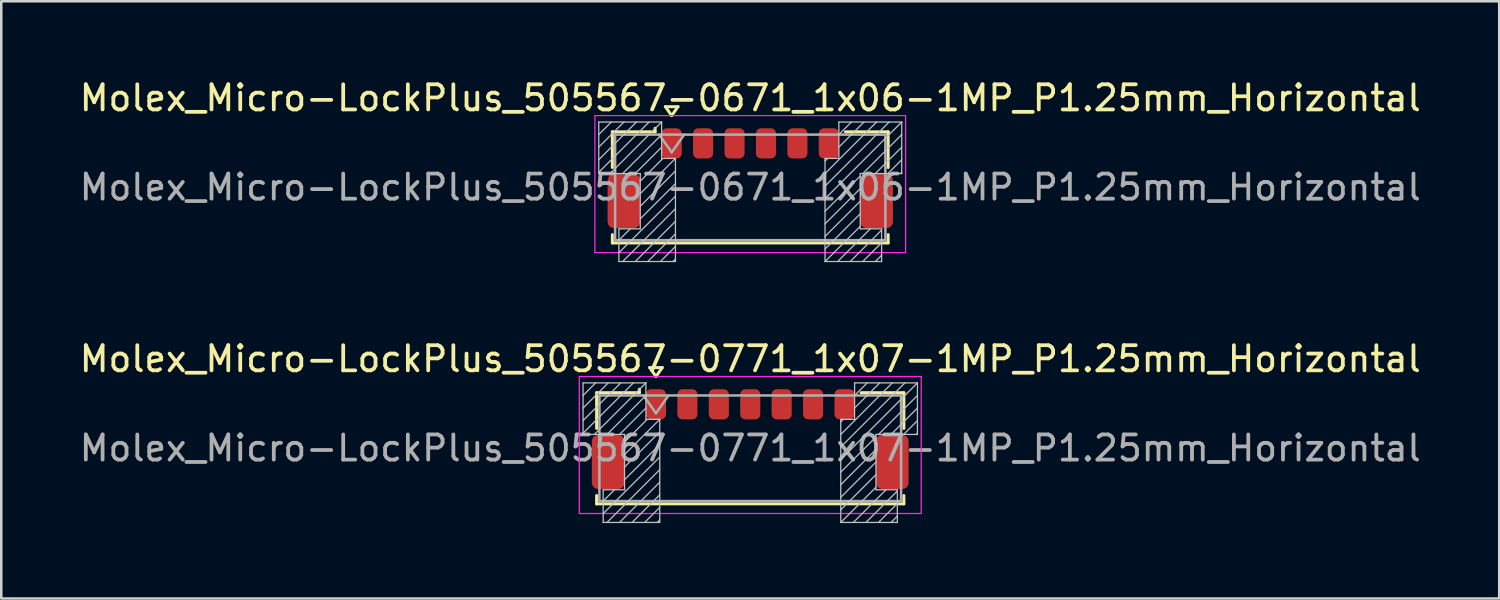
<source format=kicad_pcb>
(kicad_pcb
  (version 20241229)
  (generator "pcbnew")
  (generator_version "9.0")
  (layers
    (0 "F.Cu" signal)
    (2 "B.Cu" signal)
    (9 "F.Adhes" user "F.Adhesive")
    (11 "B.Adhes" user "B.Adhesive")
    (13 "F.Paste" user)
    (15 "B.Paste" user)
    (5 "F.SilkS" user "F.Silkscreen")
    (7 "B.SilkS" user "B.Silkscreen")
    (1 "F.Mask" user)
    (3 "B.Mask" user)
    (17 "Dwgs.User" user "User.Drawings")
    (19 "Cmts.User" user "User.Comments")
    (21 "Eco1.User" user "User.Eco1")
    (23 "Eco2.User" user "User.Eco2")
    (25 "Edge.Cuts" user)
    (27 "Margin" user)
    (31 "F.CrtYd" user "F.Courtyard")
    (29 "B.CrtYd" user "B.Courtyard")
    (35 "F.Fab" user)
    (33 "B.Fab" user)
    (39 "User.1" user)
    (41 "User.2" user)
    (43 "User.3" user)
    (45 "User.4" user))
  (footprint "Molex_Micro-LockPlus_505567-0771_1x07-1MP_P1.25mm_Horizontal"
    (layer "F.Cu")
    (at 26.792 14.416)
    (property "Reference" "Molex_Micro-LockPlus_505567-0771_1x07-1MP_P1.25mm_Horizontal" (at 0 -3.19 0) (layer "F.SilkS") (effects (font (size 1 1) (thickness 0.15))))
    (attr smd)
    (fp_line (start -6.11 -1.845) (end -4.41 -1.845) (stroke (width 0.12) (type solid)) (layer "F.SilkS"))
    (fp_line (start -6.11 -0.425) (end -6.11 -1.845) (stroke (width 0.12) (type solid)) (layer "F.SilkS"))
    (fp_line (start -6.11 2.245) (end -6.11 2.575) (stroke (width 0.12) (type solid)) (layer "F.SilkS"))
    (fp_line (start -6.11 2.575) (end 6.11 2.575) (stroke (width 0.12) (type solid)) (layer "F.SilkS"))
    (fp_line (start -4.41 -1.845) (end -4.41 -1.985) (stroke (width 0.12) (type solid)) (layer "F.SilkS"))
    (fp_line (start -4 -2.844) (end -3.75 -2.49) (stroke (width 0.12) (type solid)) (layer "F.SilkS"))
    (fp_line (start -3.75 -2.49) (end -3.5 -2.844) (stroke (width 0.12) (type solid)) (layer "F.SilkS"))
    (fp_line (start -3.5 -2.844) (end -4 -2.844) (stroke (width 0.12) (type solid)) (layer "F.SilkS"))
    (fp_line (start 6.11 -1.845) (end 4.41 -1.845) (stroke (width 0.12) (type solid)) (layer "F.SilkS"))
    (fp_line (start 6.11 -0.425) (end 6.11 -1.845) (stroke (width 0.12) (type solid)) (layer "F.SilkS"))
    (fp_line (start 6.11 2.575) (end 6.11 2.245) (stroke (width 0.12) (type solid)) (layer "F.SilkS"))
    (fp_line (start -6.65 -2.235) (end -4.15 -2.235) (stroke (width 0.05) (type solid)) (layer "Dwgs.User"))
    (fp_line (start -6.65 -0.185) (end -6.65 -2.235) (stroke (width 0.05) (type solid)) (layer "Dwgs.User"))
    (fp_line (start -6.15 -2.235) (end -6.65 -1.735) (stroke (width 0.05) (type solid)) (layer "Dwgs.User"))
    (fp_line (start -5.85 2.015) (end -5 2.015) (stroke (width 0.05) (type solid)) (layer "Dwgs.User"))
    (fp_line (start -5.85 3.315) (end -5.85 2.015) (stroke (width 0.05) (type solid)) (layer "Dwgs.User"))
    (fp_line (start -5.65 -2.235) (end -6.65 -1.235) (stroke (width 0.05) (type solid)) (layer "Dwgs.User"))
    (fp_line (start -5.4 2.015) (end -5.85 2.465) (stroke (width 0.05) (type solid)) (layer "Dwgs.User"))
    (fp_line (start -5.15 -2.235) (end -6.65 -0.735) (stroke (width 0.05) (type solid)) (layer "Dwgs.User"))
    (fp_line (start -5 -0.185) (end -6.65 -0.185) (stroke (width 0.05) (type solid)) (layer "Dwgs.User"))
    (fp_line (start -5 2.015) (end -5 -0.185) (stroke (width 0.05) (type solid)) (layer "Dwgs.User"))
    (fp_line (start -4.65 -2.235) (end -6.65 -0.235) (stroke (width 0.05) (type solid)) (layer "Dwgs.User"))
    (fp_line (start -4.15 -2.235) (end -6.2 -0.185) (stroke (width 0.05) (type solid)) (layer "Dwgs.User"))
    (fp_line (start -4.15 -2.235) (end -4.15 -0.785) (stroke (width 0.05) (type solid)) (layer "Dwgs.User"))
    (fp_line (start -4.15 -1.735) (end -5.7 -0.185) (stroke (width 0.05) (type solid)) (layer "Dwgs.User"))
    (fp_line (start -4.15 -1.235) (end -5.2 -0.185) (stroke (width 0.05) (type solid)) (layer "Dwgs.User"))
    (fp_line (start -4.15 -0.785) (end -3.6 -0.785) (stroke (width 0.05) (type solid)) (layer "Dwgs.User"))
    (fp_line (start -4.1 -0.785) (end -5 0.115) (stroke (width 0.05) (type solid)) (layer "Dwgs.User"))
    (fp_line (start -3.6 -0.785) (end -5 0.615) (stroke (width 0.05) (type solid)) (layer "Dwgs.User"))
    (fp_line (start -3.6 -0.785) (end -3.6 3.315) (stroke (width 0.05) (type solid)) (layer "Dwgs.User"))
    (fp_line (start -3.6 -0.285) (end -5 1.115) (stroke (width 0.05) (type solid)) (layer "Dwgs.User"))
    (fp_line (start -3.6 0.215) (end -5 1.615) (stroke (width 0.05) (type solid)) (layer "Dwgs.User"))
    (fp_line (start -3.6 0.715) (end -5.85 2.965) (stroke (width 0.05) (type solid)) (layer "Dwgs.User"))
    (fp_line (start -3.6 1.215) (end -5.7 3.315) (stroke (width 0.05) (type solid)) (layer "Dwgs.User"))
    (fp_line (start -3.6 1.715) (end -5.2 3.315) (stroke (width 0.05) (type solid)) (layer "Dwgs.User"))
    (fp_line (start -3.6 2.215) (end -4.7 3.315) (stroke (width 0.05) (type solid)) (layer "Dwgs.User"))
    (fp_line (start -3.6 2.715) (end -4.2 3.315) (stroke (width 0.05) (type solid)) (layer "Dwgs.User"))
    (fp_line (start -3.6 3.215) (end -3.7 3.315) (stroke (width 0.05) (type solid)) (layer "Dwgs.User"))
    (fp_line (start -3.6 3.315) (end -5.85 3.315) (stroke (width 0.05) (type solid)) (layer "Dwgs.User"))
    (fp_line (start 3.6 -0.785) (end 3.6 3.315) (stroke (width 0.05) (type solid)) (layer "Dwgs.User"))
    (fp_line (start 3.6 3.315) (end 5.85 3.315) (stroke (width 0.05) (type solid)) (layer "Dwgs.User"))
    (fp_line (start 3.7 -0.785) (end 3.6 -0.685) (stroke (width 0.05) (type solid)) (layer "Dwgs.User"))
    (fp_line (start 4.15 -2.235) (end 4.15 -0.785) (stroke (width 0.05) (type solid)) (layer "Dwgs.User"))
    (fp_line (start 4.15 -0.785) (end 3.6 -0.785) (stroke (width 0.05) (type solid)) (layer "Dwgs.User"))
    (fp_line (start 4.65 -2.235) (end 4.15 -1.735) (stroke (width 0.05) (type solid)) (layer "Dwgs.User"))
    (fp_line (start 5 -0.185) (end 6.65 -0.185) (stroke (width 0.05) (type solid)) (layer "Dwgs.User"))
    (fp_line (start 5 -0.085) (end 3.6 1.315) (stroke (width 0.05) (type solid)) (layer "Dwgs.User"))
    (fp_line (start 5 0.415) (end 3.6 1.815) (stroke (width 0.05) (type solid)) (layer "Dwgs.User"))
    (fp_line (start 5 0.915) (end 3.6 2.315) (stroke (width 0.05) (type solid)) (layer "Dwgs.User"))
    (fp_line (start 5 1.415) (end 3.6 2.815) (stroke (width 0.05) (type solid)) (layer "Dwgs.User"))
    (fp_line (start 5 1.915) (end 3.6 3.315) (stroke (width 0.05) (type solid)) (layer "Dwgs.User"))
    (fp_line (start 5 2.015) (end 5 -0.185) (stroke (width 0.05) (type solid)) (layer "Dwgs.User"))
    (fp_line (start 5.15 -2.235) (end 4.15 -1.235) (stroke (width 0.05) (type solid)) (layer "Dwgs.User"))
    (fp_line (start 5.4 2.015) (end 4.1 3.315) (stroke (width 0.05) (type solid)) (layer "Dwgs.User"))
    (fp_line (start 5.65 -2.235) (end 3.6 -0.185) (stroke (width 0.05) (type solid)) (layer "Dwgs.User"))
    (fp_line (start 5.85 2.015) (end 5 2.015) (stroke (width 0.05) (type solid)) (layer "Dwgs.User"))
    (fp_line (start 5.85 2.065) (end 4.6 3.315) (stroke (width 0.05) (type solid)) (layer "Dwgs.User"))
    (fp_line (start 5.85 2.565) (end 5.1 3.315) (stroke (width 0.05) (type solid)) (layer "Dwgs.User"))
    (fp_line (start 5.85 3.065) (end 5.6 3.315) (stroke (width 0.05) (type solid)) (layer "Dwgs.User"))
    (fp_line (start 5.85 3.315) (end 5.85 2.015) (stroke (width 0.05) (type solid)) (layer "Dwgs.User"))
    (fp_line (start 6.15 -2.235) (end 3.6 0.315) (stroke (width 0.05) (type solid)) (layer "Dwgs.User"))
    (fp_line (start 6.65 -2.235) (end 3.6 0.815) (stroke (width 0.05) (type solid)) (layer "Dwgs.User"))
    (fp_line (start 6.65 -2.235) (end 4.15 -2.235) (stroke (width 0.05) (type solid)) (layer "Dwgs.User"))
    (fp_line (start 6.65 -1.735) (end 5.1 -0.185) (stroke (width 0.05) (type solid)) (layer "Dwgs.User"))
    (fp_line (start 6.65 -1.235) (end 5.6 -0.185) (stroke (width 0.05) (type solid)) (layer "Dwgs.User"))
    (fp_line (start 6.65 -0.735) (end 6.1 -0.185) (stroke (width 0.05) (type solid)) (layer "Dwgs.User"))
    (fp_line (start 6.65 -0.235) (end 6.6 -0.185) (stroke (width 0.05) (type solid)) (layer "Dwgs.User"))
    (fp_line (start 6.65 -0.185) (end 6.65 -2.235) (stroke (width 0.05) (type solid)) (layer "Dwgs.User"))
    (fp_line (start -6.8 -2.49) (end -6.8 2.96) (stroke (width 0.05) (type solid)) (layer "F.CrtYd"))
    (fp_line (start -6.8 2.96) (end 6.8 2.96) (stroke (width 0.05) (type solid)) (layer "F.CrtYd"))
    (fp_line (start 6.8 -2.49) (end -6.8 -2.49) (stroke (width 0.05) (type solid)) (layer "F.CrtYd"))
    (fp_line (start 6.8 2.96) (end 6.8 -2.49) (stroke (width 0.05) (type solid)) (layer "F.CrtYd"))
    (fp_line (start -6 -1.735) (end -6 2.465) (stroke (width 0.1) (type solid)) (layer "F.Fab"))
    (fp_line (start -6 -1.735) (end 6 -1.735) (stroke (width 0.1) (type solid)) (layer "F.Fab"))
    (fp_line (start -6 2.465) (end 6 2.465) (stroke (width 0.1) (type solid)) (layer "F.Fab"))
    (fp_line (start -4.25 -1.735) (end -3.75 -1.028) (stroke (width 0.1) (type solid)) (layer "F.Fab"))
    (fp_line (start -3.75 -1.028) (end -3.25 -1.735) (stroke (width 0.1) (type solid)) (layer "F.Fab"))
    (fp_line (start 6 -1.735) (end 6 2.465) (stroke (width 0.1) (type solid)) (layer "F.Fab"))
    (fp_text user "${REFERENCE}" (at 0 0.36 0) (layer "F.Fab") (effects (font (size 1 1) (thickness 0.15))))
    (pad "1" smd roundrect (at -3.75 -1.385) (size 0.8 1.2) (layers "F.Cu" "F.Mask" "F.Paste") (roundrect_rratio 0.25))
    (pad "2" smd roundrect (at -2.5 -1.385) (size 0.8 1.2) (layers "F.Cu" "F.Mask" "F.Paste") (roundrect_rratio 0.25))
    (pad "3" smd roundrect (at -1.25 -1.385) (size 0.8 1.2) (layers "F.Cu" "F.Mask" "F.Paste") (roundrect_rratio 0.25))
    (pad "4" smd roundrect (at 0 -1.385) (size 0.8 1.2) (layers "F.Cu" "F.Mask" "F.Paste") (roundrect_rratio 0.25))
    (pad "5" smd roundrect (at 1.25 -1.385) (size 0.8 1.2) (layers "F.Cu" "F.Mask" "F.Paste") (roundrect_rratio 0.25))
    (pad "6" smd roundrect (at 2.5 -1.385) (size 0.8 1.2) (layers "F.Cu" "F.Mask" "F.Paste") (roundrect_rratio 0.25))
    (pad "7" smd roundrect (at 3.75 -1.385) (size 0.8 1.2) (layers "F.Cu" "F.Mask" "F.Paste") (roundrect_rratio 0.25))
    (pad "MP" smd roundrect (at -5.65 0.91) (size 1.3 2.15) (layers "F.Cu" "F.Mask" "F.Paste") (roundrect_rratio 0.192))
    (pad "MP" smd roundrect (at 5.65 0.91) (size 1.3 2.15) (layers "F.Cu" "F.Mask" "F.Paste") (roundrect_rratio 0.192)))
  (footprint "Molex_Micro-LockPlus_505567-0671_1x06-1MP_P1.25mm_Horizontal"
    (layer "F.Cu")
    (at 26.792 4.038)
    (property "Reference" "Molex_Micro-LockPlus_505567-0671_1x06-1MP_P1.25mm_Horizontal" (at 0 -3.19 0) (layer "F.SilkS") (effects (font (size 1 1) (thickness 0.15))))
    (attr smd)
    (fp_line (start -5.485 -1.845) (end -3.785 -1.845) (stroke (width 0.12) (type solid)) (layer "F.SilkS"))
    (fp_line (start -5.485 -0.425) (end -5.485 -1.845) (stroke (width 0.12) (type solid)) (layer "F.SilkS"))
    (fp_line (start -5.485 2.245) (end -5.485 2.575) (stroke (width 0.12) (type solid)) (layer "F.SilkS"))
    (fp_line (start -5.485 2.575) (end 5.485 2.575) (stroke (width 0.12) (type solid)) (layer "F.SilkS"))
    (fp_line (start -3.785 -1.845) (end -3.785 -1.985) (stroke (width 0.12) (type solid)) (layer "F.SilkS"))
    (fp_line (start -3.375 -2.844) (end -3.125 -2.49) (stroke (width 0.12) (type solid)) (layer "F.SilkS"))
    (fp_line (start -3.125 -2.49) (end -2.875 -2.844) (stroke (width 0.12) (type solid)) (layer "F.SilkS"))
    (fp_line (start -2.875 -2.844) (end -3.375 -2.844) (stroke (width 0.12) (type solid)) (layer "F.SilkS"))
    (fp_line (start 5.485 -1.845) (end 3.785 -1.845) (stroke (width 0.12) (type solid)) (layer "F.SilkS"))
    (fp_line (start 5.485 -0.425) (end 5.485 -1.845) (stroke (width 0.12) (type solid)) (layer "F.SilkS"))
    (fp_line (start 5.485 2.575) (end 5.485 2.245) (stroke (width 0.12) (type solid)) (layer "F.SilkS"))
    (fp_line (start -6.025 -2.235) (end -3.525 -2.235) (stroke (width 0.05) (type solid)) (layer "Dwgs.User"))
    (fp_line (start -6.025 -0.185) (end -6.025 -2.235) (stroke (width 0.05) (type solid)) (layer "Dwgs.User"))
    (fp_line (start -5.525 -2.235) (end -6.025 -1.735) (stroke (width 0.05) (type solid)) (layer "Dwgs.User"))
    (fp_line (start -5.225 2.015) (end -4.375 2.015) (stroke (width 0.05) (type solid)) (layer "Dwgs.User"))
    (fp_line (start -5.225 3.315) (end -5.225 2.015) (stroke (width 0.05) (type solid)) (layer "Dwgs.User"))
    (fp_line (start -5.025 -2.235) (end -6.025 -1.235) (stroke (width 0.05) (type solid)) (layer "Dwgs.User"))
    (fp_line (start -4.775 2.015) (end -5.225 2.465) (stroke (width 0.05) (type solid)) (layer "Dwgs.User"))
    (fp_line (start -4.525 -2.235) (end -6.025 -0.735) (stroke (width 0.05) (type solid)) (layer "Dwgs.User"))
    (fp_line (start -4.375 -0.185) (end -6.025 -0.185) (stroke (width 0.05) (type solid)) (layer "Dwgs.User"))
    (fp_line (start -4.375 2.015) (end -4.375 -0.185) (stroke (width 0.05) (type solid)) (layer "Dwgs.User"))
    (fp_line (start -4.025 -2.235) (end -6.025 -0.235) (stroke (width 0.05) (type solid)) (layer "Dwgs.User"))
    (fp_line (start -3.525 -2.235) (end -5.575 -0.185) (stroke (width 0.05) (type solid)) (layer "Dwgs.User"))
    (fp_line (start -3.525 -2.235) (end -3.525 -0.785) (stroke (width 0.05) (type solid)) (layer "Dwgs.User"))
    (fp_line (start -3.525 -1.735) (end -5.075 -0.185) (stroke (width 0.05) (type solid)) (layer "Dwgs.User"))
    (fp_line (start -3.525 -1.235) (end -4.575 -0.185) (stroke (width 0.05) (type solid)) (layer "Dwgs.User"))
    (fp_line (start -3.525 -0.785) (end -2.975 -0.785) (stroke (width 0.05) (type solid)) (layer "Dwgs.User"))
    (fp_line (start -3.475 -0.785) (end -4.375 0.115) (stroke (width 0.05) (type solid)) (layer "Dwgs.User"))
    (fp_line (start -2.975 -0.785) (end -4.375 0.615) (stroke (width 0.05) (type solid)) (layer "Dwgs.User"))
    (fp_line (start -2.975 -0.785) (end -2.975 3.315) (stroke (width 0.05) (type solid)) (layer "Dwgs.User"))
    (fp_line (start -2.975 -0.285) (end -4.375 1.115) (stroke (width 0.05) (type solid)) (layer "Dwgs.User"))
    (fp_line (start -2.975 0.215) (end -4.375 1.615) (stroke (width 0.05) (type solid)) (layer "Dwgs.User"))
    (fp_line (start -2.975 0.715) (end -5.225 2.965) (stroke (width 0.05) (type solid)) (layer "Dwgs.User"))
    (fp_line (start -2.975 1.215) (end -5.075 3.315) (stroke (width 0.05) (type solid)) (layer "Dwgs.User"))
    (fp_line (start -2.975 1.715) (end -4.575 3.315) (stroke (width 0.05) (type solid)) (layer "Dwgs.User"))
    (fp_line (start -2.975 2.215) (end -4.075 3.315) (stroke (width 0.05) (type solid)) (layer "Dwgs.User"))
    (fp_line (start -2.975 2.715) (end -3.575 3.315) (stroke (width 0.05) (type solid)) (layer "Dwgs.User"))
    (fp_line (start -2.975 3.215) (end -3.075 3.315) (stroke (width 0.05) (type solid)) (layer "Dwgs.User"))
    (fp_line (start -2.975 3.315) (end -5.225 3.315) (stroke (width 0.05) (type solid)) (layer "Dwgs.User"))
    (fp_line (start 2.975 -0.785) (end 2.975 3.315) (stroke (width 0.05) (type solid)) (layer "Dwgs.User"))
    (fp_line (start 2.975 3.315) (end 5.225 3.315) (stroke (width 0.05) (type solid)) (layer "Dwgs.User"))
    (fp_line (start 3.075 -0.785) (end 2.975 -0.685) (stroke (width 0.05) (type solid)) (layer "Dwgs.User"))
    (fp_line (start 3.525 -2.235) (end 3.525 -0.785) (stroke (width 0.05) (type solid)) (layer "Dwgs.User"))
    (fp_line (start 3.525 -0.785) (end 2.975 -0.785) (stroke (width 0.05) (type solid)) (layer "Dwgs.User"))
    (fp_line (start 4.025 -2.235) (end 3.525 -1.735) (stroke (width 0.05) (type solid)) (layer "Dwgs.User"))
    (fp_line (start 4.375 -0.185) (end 6.025 -0.185) (stroke (width 0.05) (type solid)) (layer "Dwgs.User"))
    (fp_line (start 4.375 -0.085) (end 2.975 1.315) (stroke (width 0.05) (type solid)) (layer "Dwgs.User"))
    (fp_line (start 4.375 0.415) (end 2.975 1.815) (stroke (width 0.05) (type solid)) (layer "Dwgs.User"))
    (fp_line (start 4.375 0.915) (end 2.975 2.315) (stroke (width 0.05) (type solid)) (layer "Dwgs.User"))
    (fp_line (start 4.375 1.415) (end 2.975 2.815) (stroke (width 0.05) (type solid)) (layer "Dwgs.User"))
    (fp_line (start 4.375 1.915) (end 2.975 3.315) (stroke (width 0.05) (type solid)) (layer "Dwgs.User"))
    (fp_line (start 4.375 2.015) (end 4.375 -0.185) (stroke (width 0.05) (type solid)) (layer "Dwgs.User"))
    (fp_line (start 4.525 -2.235) (end 3.525 -1.235) (stroke (width 0.05) (type solid)) (layer "Dwgs.User"))
    (fp_line (start 4.775 2.015) (end 3.475 3.315) (stroke (width 0.05) (type solid)) (layer "Dwgs.User"))
    (fp_line (start 5.025 -2.235) (end 2.975 -0.185) (stroke (width 0.05) (type solid)) (layer "Dwgs.User"))
    (fp_line (start 5.225 2.015) (end 4.375 2.015) (stroke (width 0.05) (type solid)) (layer "Dwgs.User"))
    (fp_line (start 5.225 2.065) (end 3.975 3.315) (stroke (width 0.05) (type solid)) (layer "Dwgs.User"))
    (fp_line (start 5.225 2.565) (end 4.475 3.315) (stroke (width 0.05) (type solid)) (layer "Dwgs.User"))
    (fp_line (start 5.225 3.065) (end 4.975 3.315) (stroke (width 0.05) (type solid)) (layer "Dwgs.User"))
    (fp_line (start 5.225 3.315) (end 5.225 2.015) (stroke (width 0.05) (type solid)) (layer "Dwgs.User"))
    (fp_line (start 5.525 -2.235) (end 2.975 0.315) (stroke (width 0.05) (type solid)) (layer "Dwgs.User"))
    (fp_line (start 6.025 -2.235) (end 2.975 0.815) (stroke (width 0.05) (type solid)) (layer "Dwgs.User"))
    (fp_line (start 6.025 -2.235) (end 3.525 -2.235) (stroke (width 0.05) (type solid)) (layer "Dwgs.User"))
    (fp_line (start 6.025 -1.735) (end 4.475 -0.185) (stroke (width 0.05) (type solid)) (layer "Dwgs.User"))
    (fp_line (start 6.025 -1.235) (end 4.975 -0.185) (stroke (width 0.05) (type solid)) (layer "Dwgs.User"))
    (fp_line (start 6.025 -0.735) (end 5.475 -0.185) (stroke (width 0.05) (type solid)) (layer "Dwgs.User"))
    (fp_line (start 6.025 -0.235) (end 5.975 -0.185) (stroke (width 0.05) (type solid)) (layer "Dwgs.User"))
    (fp_line (start 6.025 -0.185) (end 6.025 -2.235) (stroke (width 0.05) (type solid)) (layer "Dwgs.User"))
    (fp_line (start -6.18 -2.49) (end -6.18 2.96) (stroke (width 0.05) (type solid)) (layer "F.CrtYd"))
    (fp_line (start -6.18 2.96) (end 6.18 2.96) (stroke (width 0.05) (type solid)) (layer "F.CrtYd"))
    (fp_line (start 6.18 -2.49) (end -6.18 -2.49) (stroke (width 0.05) (type solid)) (layer "F.CrtYd"))
    (fp_line (start 6.18 2.96) (end 6.18 -2.49) (stroke (width 0.05) (type solid)) (layer "F.CrtYd"))
    (fp_line (start -5.375 -1.735) (end -5.375 2.465) (stroke (width 0.1) (type solid)) (layer "F.Fab"))
    (fp_line (start -5.375 -1.735) (end 5.375 -1.735) (stroke (width 0.1) (type solid)) (layer "F.Fab"))
    (fp_line (start -5.375 2.465) (end 5.375 2.465) (stroke (width 0.1) (type solid)) (layer "F.Fab"))
    (fp_line (start -3.625 -1.735) (end -3.125 -1.028) (stroke (width 0.1) (type solid)) (layer "F.Fab"))
    (fp_line (start -3.125 -1.028) (end -2.625 -1.735) (stroke (width 0.1) (type solid)) (layer "F.Fab"))
    (fp_line (start 5.375 -1.735) (end 5.375 2.465) (stroke (width 0.1) (type solid)) (layer "F.Fab"))
    (fp_text user "${REFERENCE}" (at 0 0.36 0) (layer "F.Fab") (effects (font (size 1 1) (thickness 0.15))))
    (pad "1" smd roundrect (at -3.125 -1.385) (size 0.8 1.2) (layers "F.Cu" "F.Mask" "F.Paste") (roundrect_rratio 0.25))
    (pad "2" smd roundrect (at -1.875 -1.385) (size 0.8 1.2) (layers "F.Cu" "F.Mask" "F.Paste") (roundrect_rratio 0.25))
    (pad "3" smd roundrect (at -0.625 -1.385) (size 0.8 1.2) (layers "F.Cu" "F.Mask" "F.Paste") (roundrect_rratio 0.25))
    (pad "4" smd roundrect (at 0.625 -1.385) (size 0.8 1.2) (layers "F.Cu" "F.Mask" "F.Paste") (roundrect_rratio 0.25))
    (pad "5" smd roundrect (at 1.875 -1.385) (size 0.8 1.2) (layers "F.Cu" "F.Mask" "F.Paste") (roundrect_rratio 0.25))
    (pad "6" smd roundrect (at 3.125 -1.385) (size 0.8 1.2) (layers "F.Cu" "F.Mask" "F.Paste") (roundrect_rratio 0.25))
    (pad "MP" smd roundrect (at -5.025 0.91) (size 1.3 2.15) (layers "F.Cu" "F.Mask" "F.Paste") (roundrect_rratio 0.192))
    (pad "MP" smd roundrect (at 5.025 0.91) (size 1.3 2.15) (layers "F.Cu" "F.Mask" "F.Paste") (roundrect_rratio 0.192)))
  (gr_rect
    (start -3 -3)
    (end 56.583 20.756)
    (stroke (width 0.1) (type default))
    (fill no)
    (layer "Edge.Cuts")))
</source>
